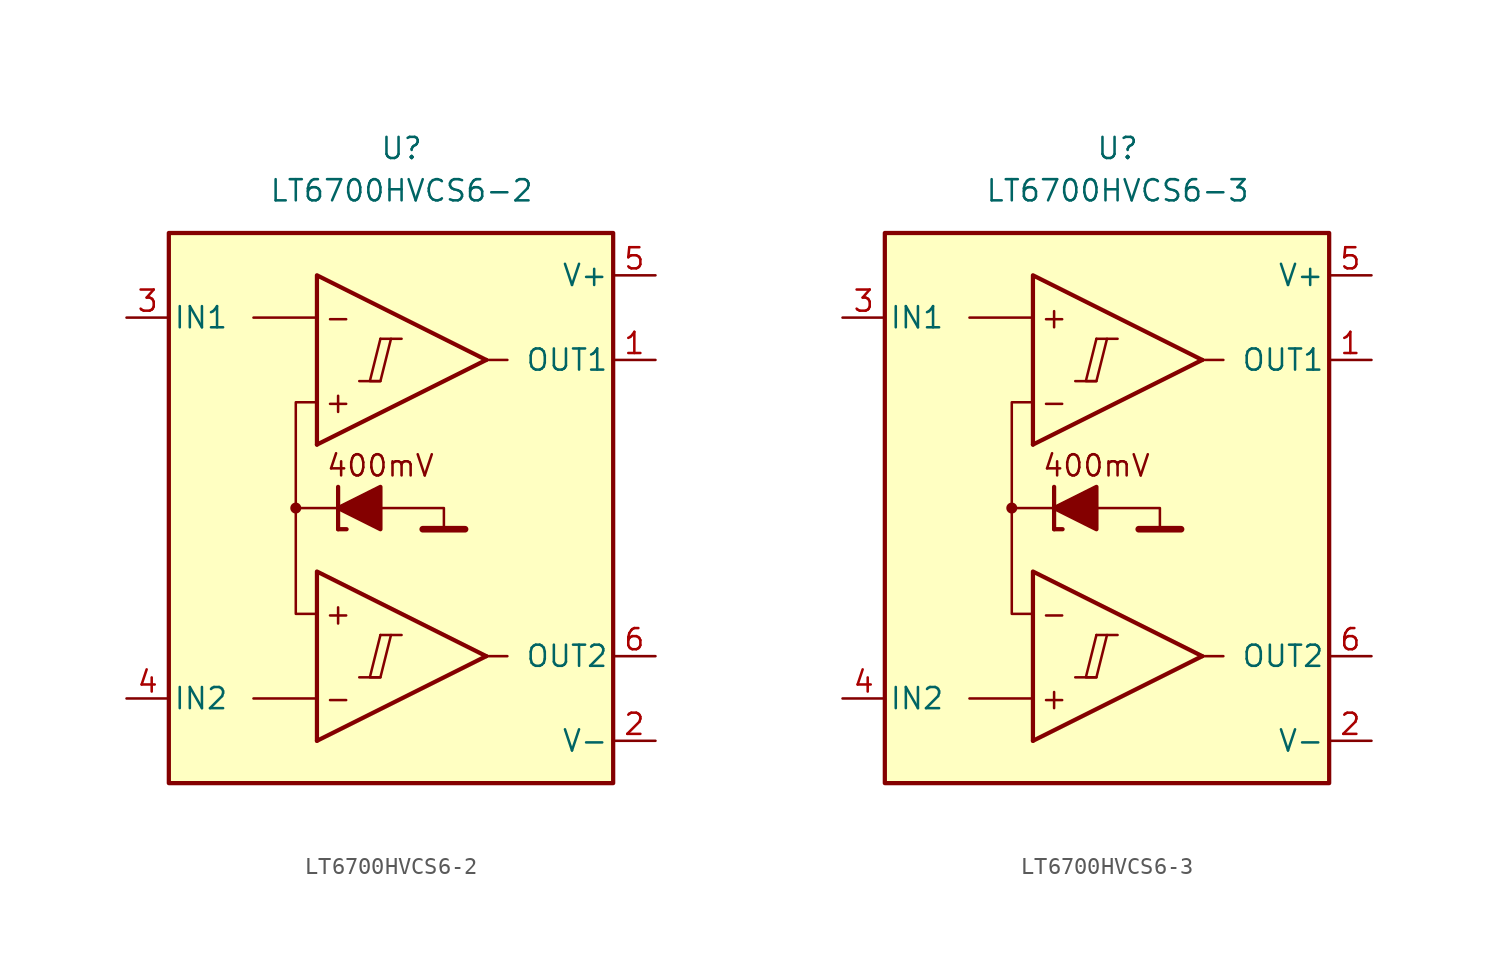
<source format=kicad_sym>
(kicad_symbol_lib
  (version 20211014)
  (generator kicad_symbol_editor)
  (symbol "LT6700HVCS6-2"
    (pin_names
      (offset 0.254))
    (property "Reference" "U"
      (at 0 22.86 0)
      (effects (font (size 1.27 1.27))))
    (property "Value" "LT6700HVCS6-2"
      (at 0 20.32 0)
      (effects (font (size 1.27 1.27))))
    (symbol "LT6700HVCS6-2_0_0"
      (rectangle (start -13.97 17.78) (end 12.7 -15.24) (stroke (width 0.254) (type default) (color 0 0 0 0)) (fill (type background)))
      (circle (center -6.35 1.27) (radius 0.254) (stroke (width 0.152) (type default) (color 0 0 0 0)) (fill (type outline)))
      (polyline (pts (xy -2.54 -8.89) (xy -1.27 -8.89)) (stroke (width 0.152) (type default) (color 0 0 0 0)) (fill (type none)))
      (polyline (pts (xy -2.54 8.89) (xy -1.27 8.89)) (stroke (width 0.152) (type default) (color 0 0 0 0)) (fill (type none)))
      (polyline (pts (xy -1.27 -6.35) (xy 0 -6.35)) (stroke (width 0.152) (type default) (color 0 0 0 0)) (fill (type none)))
      (polyline (pts (xy -1.27 11.43) (xy 0 11.43)) (stroke (width 0.152) (type default) (color 0 0 0 0)) (fill (type none)))
      (polyline (pts (xy 5.08 -7.62) (xy -5.08 -12.7)) (stroke (width 0.254) (type default) (color 0 0 0 0)) (fill (type none)))
      (polyline (pts (xy 5.08 10.16) (xy -5.08 5.08)) (stroke (width 0.254) (type default) (color 0 0 0 0)) (fill (type none)))
      (polyline (pts (xy 5.08 -7.62) (xy -5.08 -2.54) (xy -5.08 -12.7)) (stroke (width 0.254) (type default) (color 0 0 0 0)) (fill (type background)))
      (polyline (pts (xy 5.08 10.16) (xy -5.08 15.24) (xy -5.08 5.08)) (stroke (width 0.254) (type default) (color 0 0 0 0)) (fill (type background)))
      (polyline (pts (xy -1.27 -6.35) (xy -1.905 -8.89) (xy -1.27 -8.89) (xy -0.635 -6.35)) (stroke (width 0.152) (type default) (color 0 0 0 0)) (fill (type none)))
      (polyline (pts (xy -1.27 11.43) (xy -1.905 8.89) (xy -1.27 8.89) (xy -0.635 11.43)) (stroke (width 0.152) (type default) (color 0 0 0 0)) (fill (type none)))
      (text "+" (at -3.81 -5.08 0) (effects (font (size 1.27 1.27))))
      (text "+" (at -3.81 7.62 0) (effects (font (size 1.27 1.27))))
      (text "-" (at -3.81 -10.16 0) (effects (font (size 1.27 1.27))))
      (text "-" (at -3.81 12.7 0) (effects (font (size 1.27 1.27)))))
    (symbol "LT6700HVCS6-2_0_1"
      (polyline (pts (xy -5.08 -10.16) (xy -8.89 -10.16)) (stroke (width 0) (type default) (color 0 0 0 0)) (fill (type none)))
      (polyline (pts (xy -5.08 12.7) (xy -8.89 12.7)) (stroke (width 0) (type default) (color 0 0 0 0)) (fill (type none)))
      (polyline (pts (xy -3.81 0) (xy -3.81 2.54)) (stroke (width 0.254) (type default) (color 0 0 0 0)) (fill (type none)))
      (polyline (pts (xy -3.81 0) (xy -3.302 0)) (stroke (width 0.254) (type default) (color 0 0 0 0)) (fill (type none)))
      (polyline (pts (xy -3.81 1.27) (xy -6.35 1.27)) (stroke (width 0.152) (type default) (color 0 0 0 0)) (fill (type none)))
      (polyline (pts (xy 1.27 0) (xy 3.81 0)) (stroke (width 0.4) (type default) (color 0 0 0 0)) (fill (type none)))
      (polyline (pts (xy 5.08 -7.62) (xy 6.35 -7.62)) (stroke (width 0) (type default) (color 0 0 0 0)) (fill (type none)))
      (polyline (pts (xy 5.08 10.16) (xy 6.35 10.16)) (stroke (width 0) (type default) (color 0 0 0 0)) (fill (type none)))
      (polyline (pts (xy -1.27 1.27) (xy 2.54 1.27) (xy 2.54 0)) (stroke (width 0.152) (type default) (color 0 0 0 0)) (fill (type none)))
      (polyline (pts (xy -5.08 -5.08) (xy -6.35 -5.08) (xy -6.35 7.62) (xy -5.08 7.62)) (stroke (width 0.152) (type default) (color 0 0 0 0)) (fill (type none)))
      (polyline (pts (xy -1.27 2.54) (xy -1.27 0) (xy -3.81 1.27) (xy -1.27 2.54)) (stroke (width 0.254) (type default) (color 0 0 0 0)) (fill (type outline))))
    (symbol "LT6700HVCS6-2_1_0"
      (text "400mV" (at -1.27 3.81 0) (effects (font (size 1.27 1.27)))))
    (symbol "LT6700HVCS6-2_1_1"
      (pin output line (at 15.24 10.16 180) (length 2.54) (name "OUT1" (effects (font (size 1.27 1.27)))) (number "1" (effects (font (size 1.27 1.27)))))
      (pin power_in line (at 15.24 -12.7 180) (length 2.54) (name "V-" (effects (font (size 1.27 1.27)))) (number "2" (effects (font (size 1.27 1.27)))))
      (pin input line (at -16.51 12.7 0) (length 2.54) (name "IN1" (effects (font (size 1.27 1.27)))) (number "3" (effects (font (size 1.27 1.27)))))
      (pin input line (at -16.51 -10.16 0) (length 2.54) (name "IN2" (effects (font (size 1.27 1.27)))) (number "4" (effects (font (size 1.27 1.27)))))
      (pin power_in line (at 15.24 15.24 180) (length 2.54) (name "V+" (effects (font (size 1.27 1.27)))) (number "5" (effects (font (size 1.27 1.27)))))
      (pin output line (at 15.24 -7.62 180) (length 2.54) (name "OUT2" (effects (font (size 1.27 1.27)))) (number "6" (effects (font (size 1.27 1.27)))))))
  (symbol "LT6700HVCS6-3"
    (pin_names
      (offset 0.254))
    (property "Reference" "U"
      (at 0 22.86 0)
      (effects (font (size 1.27 1.27))))
    (property "Value" "LT6700HVCS6-3"
      (at 0 20.32 0)
      (effects (font (size 1.27 1.27))))
    (symbol "LT6700HVCS6-3_0_0"
      (rectangle (start -13.97 17.78) (end 12.7 -15.24) (stroke (width 0.254) (type default) (color 0 0 0 0)) (fill (type background)))
      (circle (center -6.35 1.27) (radius 0.254) (stroke (width 0.152) (type default) (color 0 0 0 0)) (fill (type outline)))
      (polyline (pts (xy -2.54 -8.89) (xy -1.27 -8.89)) (stroke (width 0.152) (type default) (color 0 0 0 0)) (fill (type none)))
      (polyline (pts (xy -2.54 8.89) (xy -1.27 8.89)) (stroke (width 0.152) (type default) (color 0 0 0 0)) (fill (type none)))
      (polyline (pts (xy -1.27 -6.35) (xy 0 -6.35)) (stroke (width 0.152) (type default) (color 0 0 0 0)) (fill (type none)))
      (polyline (pts (xy -1.27 11.43) (xy 0 11.43)) (stroke (width 0.152) (type default) (color 0 0 0 0)) (fill (type none)))
      (polyline (pts (xy 5.08 -7.62) (xy -5.08 -12.7)) (stroke (width 0.254) (type default) (color 0 0 0 0)) (fill (type none)))
      (polyline (pts (xy 5.08 10.16) (xy -5.08 5.08)) (stroke (width 0.254) (type default) (color 0 0 0 0)) (fill (type none)))
      (polyline (pts (xy 5.08 -7.62) (xy -5.08 -2.54) (xy -5.08 -12.7)) (stroke (width 0.254) (type default) (color 0 0 0 0)) (fill (type background)))
      (polyline (pts (xy 5.08 10.16) (xy -5.08 15.24) (xy -5.08 5.08)) (stroke (width 0.254) (type default) (color 0 0 0 0)) (fill (type background)))
      (polyline (pts (xy -1.27 -6.35) (xy -1.905 -8.89) (xy -1.27 -8.89) (xy -0.635 -6.35)) (stroke (width 0.152) (type default) (color 0 0 0 0)) (fill (type none)))
      (polyline (pts (xy -1.27 11.43) (xy -1.905 8.89) (xy -1.27 8.89) (xy -0.635 11.43)) (stroke (width 0.152) (type default) (color 0 0 0 0)) (fill (type none)))
      (text "+" (at -3.81 -10.16 0) (effects (font (size 1.27 1.27))))
      (text "+" (at -3.81 12.7 0) (effects (font (size 1.27 1.27))))
      (text "-" (at -3.81 -5.08 0) (effects (font (size 1.27 1.27))))
      (text "-" (at -3.81 7.62 0) (effects (font (size 1.27 1.27)))))
    (symbol "LT6700HVCS6-3_0_1"
      (polyline (pts (xy -5.08 -10.16) (xy -8.89 -10.16)) (stroke (width 0) (type default) (color 0 0 0 0)) (fill (type none)))
      (polyline (pts (xy -5.08 12.7) (xy -8.89 12.7)) (stroke (width 0) (type default) (color 0 0 0 0)) (fill (type none)))
      (polyline (pts (xy -3.81 0) (xy -3.81 2.54)) (stroke (width 0.254) (type default) (color 0 0 0 0)) (fill (type none)))
      (polyline (pts (xy -3.81 0) (xy -3.302 0)) (stroke (width 0.254) (type default) (color 0 0 0 0)) (fill (type none)))
      (polyline (pts (xy -3.81 1.27) (xy -6.35 1.27)) (stroke (width 0.152) (type default) (color 0 0 0 0)) (fill (type none)))
      (polyline (pts (xy 1.27 0) (xy 3.81 0)) (stroke (width 0.4) (type default) (color 0 0 0 0)) (fill (type none)))
      (polyline (pts (xy 5.08 -7.62) (xy 6.35 -7.62)) (stroke (width 0) (type default) (color 0 0 0 0)) (fill (type none)))
      (polyline (pts (xy 5.08 10.16) (xy 6.35 10.16)) (stroke (width 0) (type default) (color 0 0 0 0)) (fill (type none)))
      (polyline (pts (xy -1.27 1.27) (xy 2.54 1.27) (xy 2.54 0)) (stroke (width 0.152) (type default) (color 0 0 0 0)) (fill (type none)))
      (polyline (pts (xy -5.08 -5.08) (xy -6.35 -5.08) (xy -6.35 7.62) (xy -5.08 7.62)) (stroke (width 0.152) (type default) (color 0 0 0 0)) (fill (type none)))
      (polyline (pts (xy -1.27 2.54) (xy -1.27 0) (xy -3.81 1.27) (xy -1.27 2.54)) (stroke (width 0.254) (type default) (color 0 0 0 0)) (fill (type outline))))
    (symbol "LT6700HVCS6-3_1_0"
      (text "400mV" (at -1.27 3.81 0) (effects (font (size 1.27 1.27)))))
    (symbol "LT6700HVCS6-3_1_1"
      (pin output line (at 15.24 10.16 180) (length 2.54) (name "OUT1" (effects (font (size 1.27 1.27)))) (number "1" (effects (font (size 1.27 1.27)))))
      (pin power_in line (at 15.24 -12.7 180) (length 2.54) (name "V-" (effects (font (size 1.27 1.27)))) (number "2" (effects (font (size 1.27 1.27)))))
      (pin input line (at -16.51 12.7 0) (length 2.54) (name "IN1" (effects (font (size 1.27 1.27)))) (number "3" (effects (font (size 1.27 1.27)))))
      (pin input line (at -16.51 -10.16 0) (length 2.54) (name "IN2" (effects (font (size 1.27 1.27)))) (number "4" (effects (font (size 1.27 1.27)))))
      (pin power_in line (at 15.24 15.24 180) (length 2.54) (name "V+" (effects (font (size 1.27 1.27)))) (number "5" (effects (font (size 1.27 1.27)))))
      (pin output line (at 15.24 -7.62 180) (length 2.54) (name "OUT2" (effects (font (size 1.27 1.27)))) (number "6" (effects (font (size 1.27 1.27))))))))
</source>
